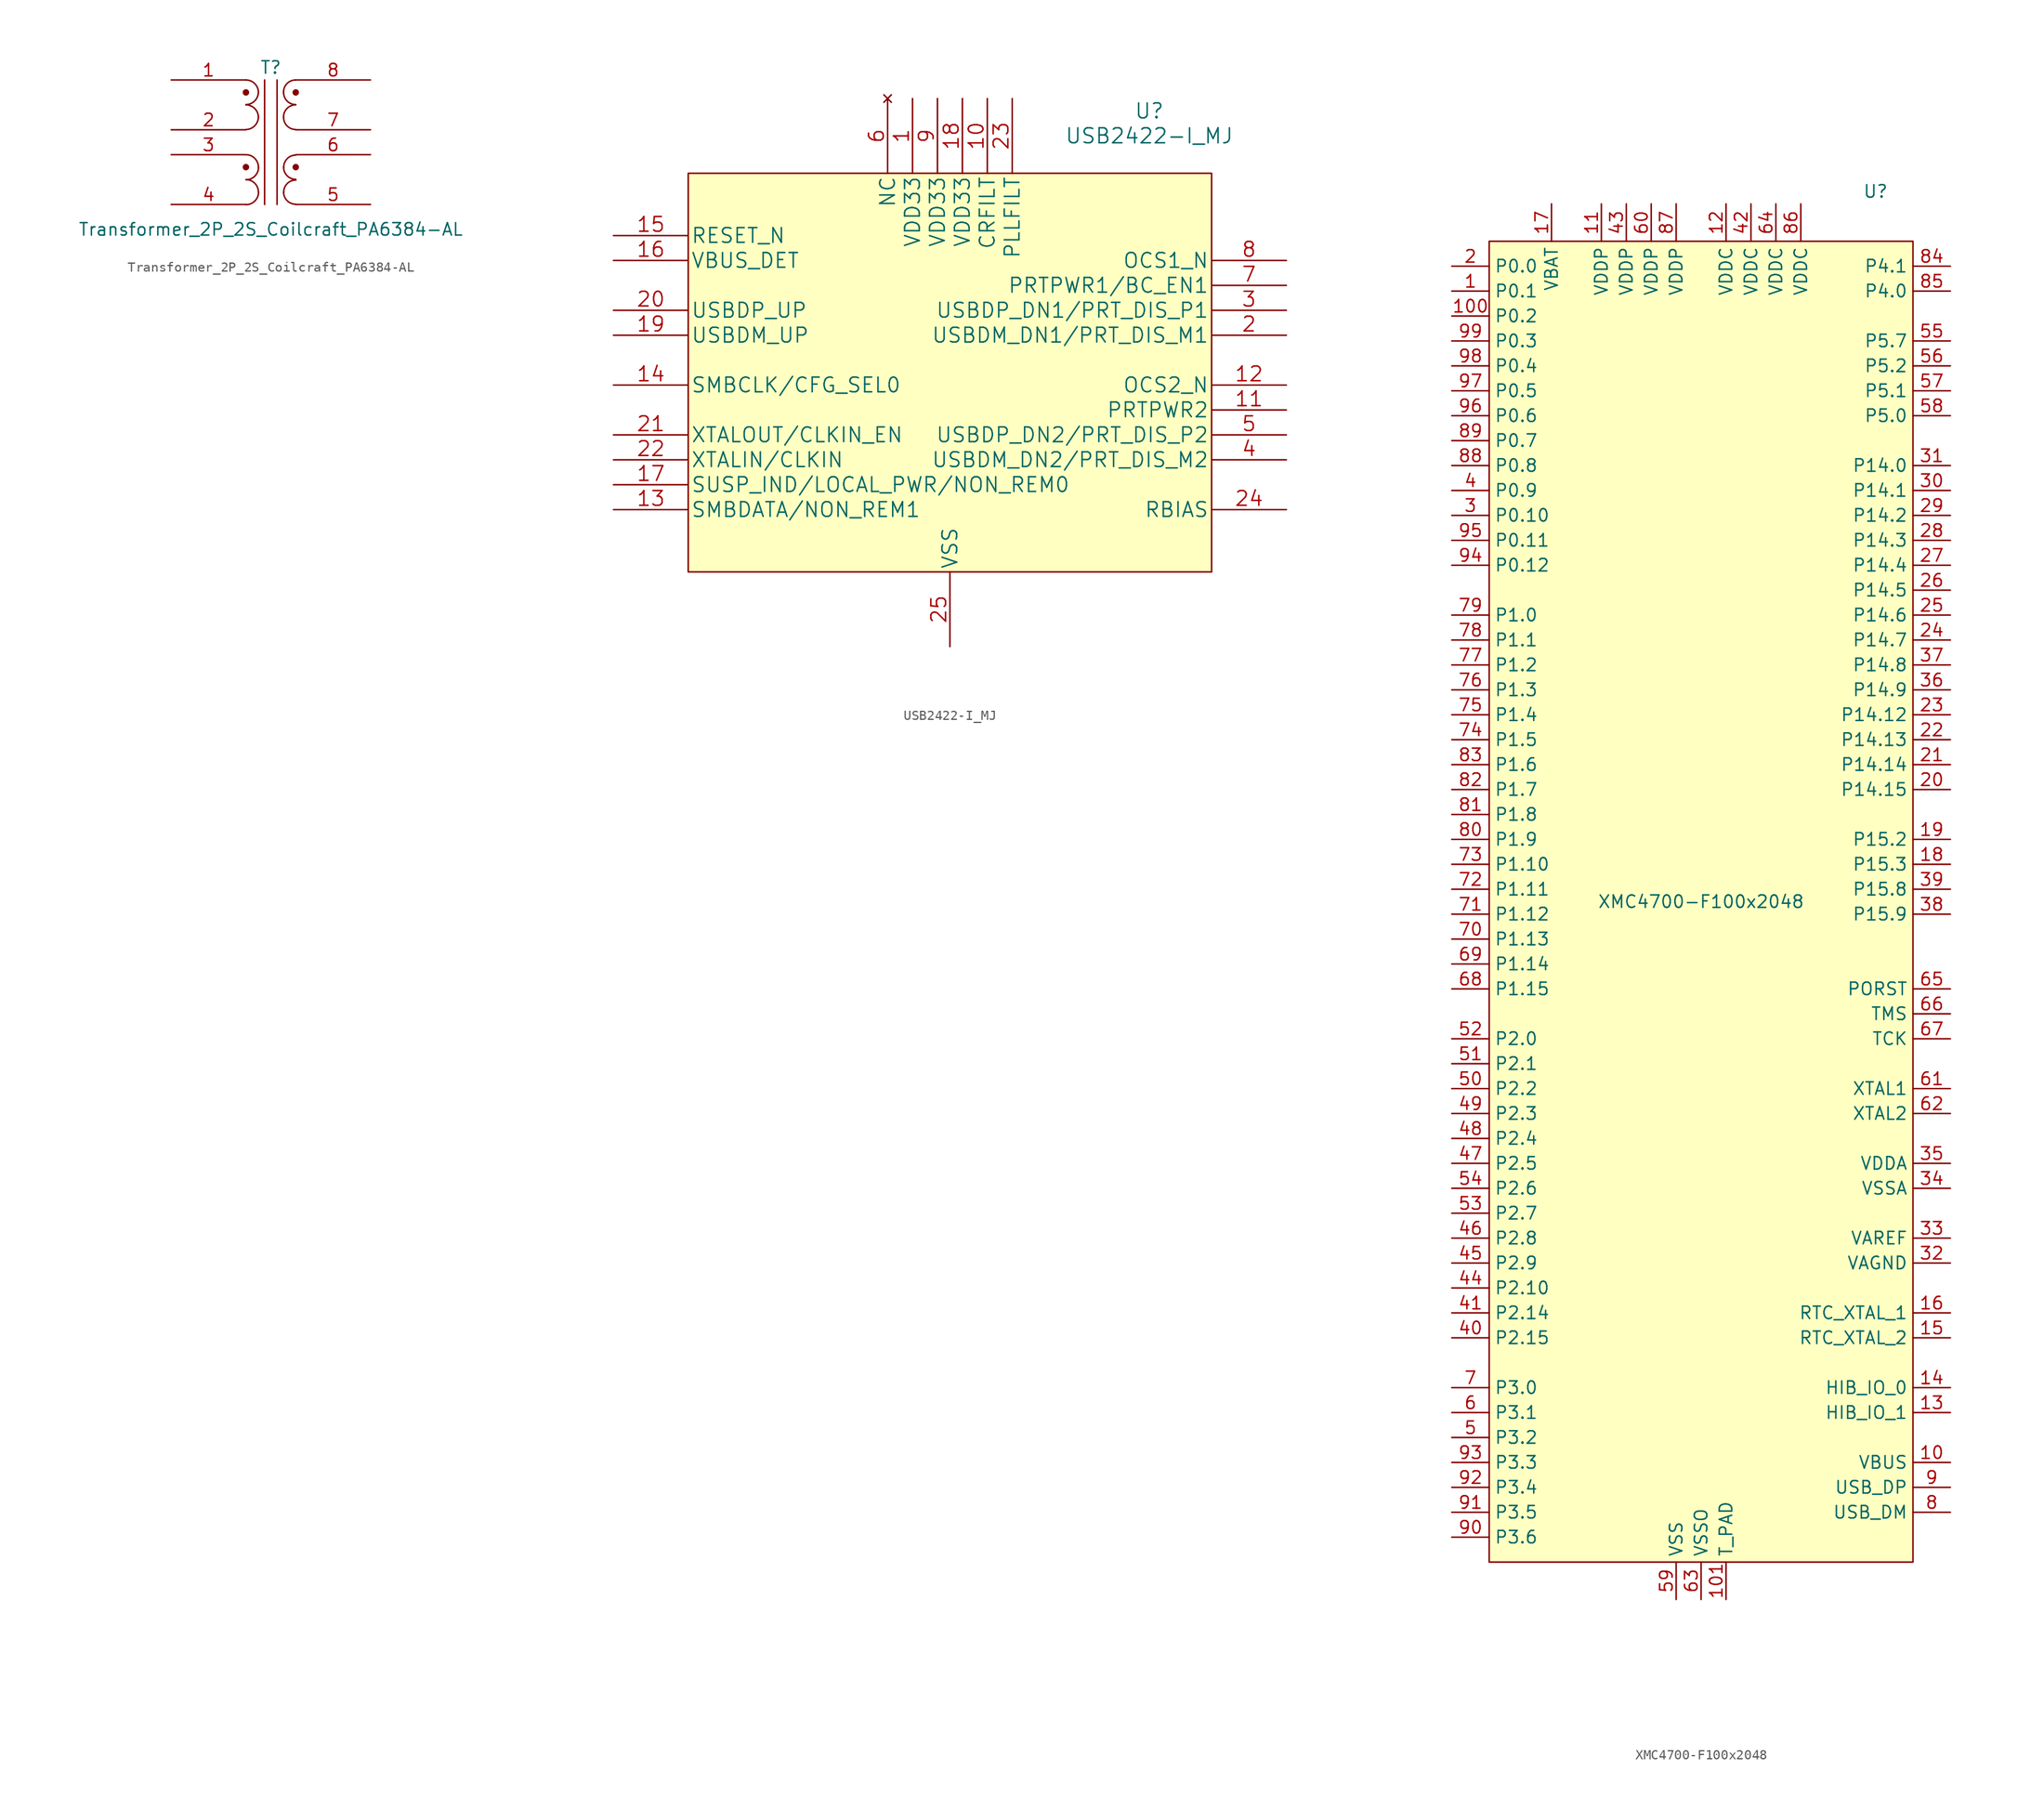
<source format=kicad_sym>
(kicad_symbol_lib
  (version 20241209)
  (generator "kicad_symbol_editor")
  (generator_version "9.0")
  (symbol "Transformer_2P_2S_Coilcraft_PA6384-AL"
    (pin_names
      (offset 1.016)
      (hide yes))
    (property "Reference" "T"
      (at 0 6.35 0)
      (effects (font (size 1.27 1.27))))
    (property "Value" "Transformer_2P_2S_Coilcraft_PA6384-AL"
      (at 0 -10.16 0)
      (effects (font (size 1.27 1.27))))
    (symbol "Transformer_2P_2S_Coilcraft_PA6384-AL_0_1"
      (arc (start -1.27 3.81) (mid -1.656 2.9336) (end -2.54 2.5654) (stroke (width 0) (type default)) (fill (type none)))
      (arc (start -1.27 1.27) (mid -1.656 0.3936) (end -2.54 0.0254) (stroke (width 0) (type default)) (fill (type none)))
      (arc (start -1.2517 -3.8543) (mid -1.6378 -4.7306) (end -2.5217 -5.0989) (stroke (width 0) (type default)) (fill (type none)))
      (arc (start -1.2517 -6.3943) (mid -1.6378 -7.2706) (end -2.5217 -7.6389) (stroke (width 0) (type default)) (fill (type none)))
      (arc (start -2.54 5.08) (mid -1.642 4.708) (end -1.27 3.81) (stroke (width 0) (type default)) (fill (type none)))
      (arc (start -2.54 2.54) (mid -1.642 2.168) (end -1.27 1.27) (stroke (width 0) (type default)) (fill (type none)))
      (circle (center -2.54 3.81) (radius 0.254) (stroke (width 0) (type default)) (fill (type outline)))
      (arc (start -2.5399 -2.5399) (mid -1.6419 -2.9119) (end -1.2699 -3.8099) (stroke (width 0) (type default)) (fill (type none)))
      (circle (center -2.54 -3.81) (radius 0.254) (stroke (width 0) (type default)) (fill (type outline)))
      (arc (start -2.5399 -5.0799) (mid -1.6419 -5.4519) (end -1.2699 -6.3499) (stroke (width 0) (type default)) (fill (type none)))
      (polyline (pts (xy -0.635 5.08) (xy -0.635 -7.62)) (stroke (width 0) (type default)) (fill (type none)))
      (polyline (pts (xy 0.635 -7.62) (xy 0.635 5.08)) (stroke (width 0) (type default)) (fill (type none)))
      (arc (start 1.2954 3.81) (mid 1.6457 4.7117) (end 2.54 5.08) (stroke (width 0) (type default)) (fill (type none)))
      (arc (start 1.2954 1.27) (mid 1.6457 2.1717) (end 2.54 2.54) (stroke (width 0) (type default)) (fill (type none)))
      (circle (center 2.54 3.81) (radius 0.254) (stroke (width 0) (type default)) (fill (type outline)))
      (arc (start 2.54 2.5654) (mid 1.6599 2.9299) (end 1.2954 3.81) (stroke (width 0) (type default)) (fill (type none)))
      (arc (start 2.54 0.0254) (mid 1.6599 0.3899) (end 1.2954 1.27) (stroke (width 0) (type default)) (fill (type none)))
      (arc (start 1.3124 -3.852) (mid 1.6627 -2.9503) (end 2.557 -2.582) (stroke (width 0) (type default)) (fill (type none)))
      (circle (center 2.54 -3.81) (radius 0.254) (stroke (width 0) (type default)) (fill (type outline)))
      (arc (start 2.54 -5.0546) (mid 1.6599 -4.6901) (end 1.2954 -3.81) (stroke (width 0) (type default)) (fill (type none)))
      (arc (start 1.3128 -6.392) (mid 1.6631 -5.4905) (end 2.5574 -5.122) (stroke (width 0) (type default)) (fill (type none)))
      (arc (start 2.5404 -7.5946) (mid 1.6605 -7.2299) (end 1.2958 -6.35) (stroke (width 0) (type default)) (fill (type none))))
    (symbol "Transformer_2P_2S_Coilcraft_PA6384-AL_1_1"
      (pin passive line (at -10.16 5.08 0) (length 7.62) (name "PR1" (effects (font (size 1.27 1.27)))) (number "1" (effects (font (size 1.27 1.27)))))
      (pin passive line (at -10.16 0 0) (length 7.62) (name "PR1" (effects (font (size 1.27 1.27)))) (number "2" (effects (font (size 1.27 1.27)))))
      (pin passive line (at -10.16 -2.54 0) (length 7.62) (name "PR2" (effects (font (size 1.27 1.27)))) (number "3" (effects (font (size 1.27 1.27)))))
      (pin passive line (at -10.16 -7.62 0) (length 7.62) (name "PR2" (effects (font (size 1.27 1.27)))) (number "4" (effects (font (size 1.27 1.27)))))
      (pin passive line (at 10.16 5.08 180) (length 7.62) (name "S1" (effects (font (size 1.27 1.27)))) (number "8" (effects (font (size 1.27 1.27)))))
      (pin passive line (at 10.16 0 180) (length 7.62) (name "S1" (effects (font (size 1.27 1.27)))) (number "7" (effects (font (size 1.27 1.27)))))
      (pin passive line (at 10.16 -2.54 180) (length 7.62) (name "S2" (effects (font (size 1.27 1.27)))) (number "6" (effects (font (size 1.27 1.27)))))
      (pin passive line (at 10.16 -7.62 180) (length 7.62) (name "S2" (effects (font (size 1.27 1.27)))) (number "5" (effects (font (size 1.27 1.27)))))))
  (symbol "USB2422-I_MJ"
    (pin_names
      (offset 0.254))
    (property "Reference" "U"
      (at 20.32 26.67 0)
      (effects (font (size 1.524 1.524))))
    (property "Value" "USB2422-I_MJ"
      (at 20.32 24.13 0)
      (effects (font (size 1.524 1.524))))
    (symbol "USB2422-I_MJ_1_1"
      (rectangle (start -26.67 20.32) (end 26.67 -20.32) (stroke (width 0) (type default)) (fill (type background)))
      (pin input line (at -34.29 13.97 0) (length 7.62) (name "RESET_N" (effects (font (size 1.499 1.499)))) (number "15" (effects (font (size 1.499 1.499)))))
      (pin input line (at -34.29 11.43 0) (length 7.62) (name "VBUS_DET" (effects (font (size 1.499 1.499)))) (number "16" (effects (font (size 1.499 1.499)))))
      (pin bidirectional line (at -34.29 6.35 0) (length 7.62) (name "USBDP_UP" (effects (font (size 1.499 1.499)))) (number "20" (effects (font (size 1.499 1.499)))))
      (pin bidirectional line (at -34.29 3.81 0) (length 7.62) (name "USBDM_UP" (effects (font (size 1.499 1.499)))) (number "19" (effects (font (size 1.499 1.499)))))
      (pin bidirectional line (at -34.29 -1.27 0) (length 7.62) (name "SMBCLK/CFG_SEL0" (effects (font (size 1.499 1.499)))) (number "14" (effects (font (size 1.499 1.499)))))
      (pin output line (at -34.29 -6.35 0) (length 7.62) (name "XTALOUT/CLKIN_EN" (effects (font (size 1.499 1.499)))) (number "21" (effects (font (size 1.499 1.499)))))
      (pin input line (at -34.29 -8.89 0) (length 7.62) (name "XTALIN/CLKIN" (effects (font (size 1.499 1.499)))) (number "22" (effects (font (size 1.499 1.499)))))
      (pin bidirectional line (at -34.29 -11.43 0) (length 7.62) (name "SUSP_IND/LOCAL_PWR/NON_REM0" (effects (font (size 1.499 1.499)))) (number "17" (effects (font (size 1.499 1.499)))))
      (pin bidirectional line (at -34.29 -13.97 0) (length 7.62) (name "SMBDATA/NON_REM1" (effects (font (size 1.499 1.499)))) (number "13" (effects (font (size 1.499 1.499)))))
      (pin no_connect line (at -6.35 27.94 270) (length 7.62) (name "NC" (effects (font (size 1.499 1.499)))) (number "6" (effects (font (size 1.499 1.499)))))
      (pin power_in line (at -3.81 27.94 270) (length 7.62) (name "VDD33" (effects (font (size 1.499 1.499)))) (number "1" (effects (font (size 1.499 1.499)))))
      (pin power_in line (at -1.27 27.94 270) (length 7.62) (name "VDD33" (effects (font (size 1.499 1.499)))) (number "9" (effects (font (size 1.499 1.499)))))
      (pin power_in line (at 0 -27.94 90) (length 7.62) (name "VSS" (effects (font (size 1.499 1.499)))) (number "25" (effects (font (size 1.499 1.499)))))
      (pin power_in line (at 1.27 27.94 270) (length 7.62) (name "VDD33" (effects (font (size 1.499 1.499)))) (number "18" (effects (font (size 1.499 1.499)))))
      (pin power_in line (at 3.81 27.94 270) (length 7.62) (name "CRFILT" (effects (font (size 1.499 1.499)))) (number "10" (effects (font (size 1.499 1.499)))))
      (pin power_in line (at 6.35 27.94 270) (length 7.62) (name "PLLFILT" (effects (font (size 1.499 1.499)))) (number "23" (effects (font (size 1.499 1.499)))))
      (pin input line (at 34.29 11.43 180) (length 7.62) (name "OCS1_N" (effects (font (size 1.499 1.499)))) (number "8" (effects (font (size 1.499 1.499)))))
      (pin bidirectional line (at 34.29 8.89 180) (length 7.62) (name "PRTPWR1/BC_EN1" (effects (font (size 1.499 1.499)))) (number "7" (effects (font (size 1.499 1.499)))))
      (pin bidirectional line (at 34.29 6.35 180) (length 7.62) (name "USBDP_DN1/PRT_DIS_P1" (effects (font (size 1.499 1.499)))) (number "3" (effects (font (size 1.499 1.499)))))
      (pin bidirectional line (at 34.29 3.81 180) (length 7.62) (name "USBDM_DN1/PRT_DIS_M1" (effects (font (size 1.499 1.499)))) (number "2" (effects (font (size 1.499 1.499)))))
      (pin input line (at 34.29 -1.27 180) (length 7.62) (name "OCS2_N" (effects (font (size 1.499 1.499)))) (number "12" (effects (font (size 1.499 1.499)))))
      (pin output line (at 34.29 -3.81 180) (length 7.62) (name "PRTPWR2" (effects (font (size 1.499 1.499)))) (number "11" (effects (font (size 1.499 1.499)))))
      (pin bidirectional line (at 34.29 -6.35 180) (length 7.62) (name "USBDP_DN2/PRT_DIS_P2" (effects (font (size 1.499 1.499)))) (number "5" (effects (font (size 1.499 1.499)))))
      (pin bidirectional line (at 34.29 -8.89 180) (length 7.62) (name "USBDM_DN2/PRT_DIS_M2" (effects (font (size 1.499 1.499)))) (number "4" (effects (font (size 1.499 1.499)))))
      (pin input line (at 34.29 -13.97 180) (length 7.62) (name "RBIAS" (effects (font (size 1.499 1.499)))) (number "24" (effects (font (size 1.499 1.499)))))))
  (symbol "XMC4700-F100x2048"
    (property "Reference" "U"
      (at 17.78 72.39 0)
      (effects (font (size 1.27 1.27))))
    (property "Value" "XMC4700-F100x2048"
      (at 0 0 0)
      (effects (font (size 1.27 1.27))))
    (symbol "XMC4700-F100x2048_0_1"
      (rectangle (start -21.59 67.31) (end 21.59 -67.31) (stroke (width 0) (type default)) (fill (type background))))
    (symbol "XMC4700-F100x2048_1_1"
      (pin bidirectional line (at -25.4 64.77 0) (length 3.81) (name "P0.0" (effects (font (size 1.27 1.27)))) (number "2" (effects (font (size 1.27 1.27)))))
      (pin bidirectional line (at -25.4 62.23 0) (length 3.81) (name "P0.1" (effects (font (size 1.27 1.27)))) (number "1" (effects (font (size 1.27 1.27)))))
      (pin bidirectional line (at -25.4 59.69 0) (length 3.81) (name "P0.2" (effects (font (size 1.27 1.27)))) (number "100" (effects (font (size 1.27 1.27)))))
      (pin bidirectional line (at -25.4 57.15 0) (length 3.81) (name "P0.3" (effects (font (size 1.27 1.27)))) (number "99" (effects (font (size 1.27 1.27)))))
      (pin bidirectional line (at -25.4 54.61 0) (length 3.81) (name "P0.4" (effects (font (size 1.27 1.27)))) (number "98" (effects (font (size 1.27 1.27)))))
      (pin bidirectional line (at -25.4 52.07 0) (length 3.81) (name "P0.5" (effects (font (size 1.27 1.27)))) (number "97" (effects (font (size 1.27 1.27)))))
      (pin bidirectional line (at -25.4 49.53 0) (length 3.81) (name "P0.6" (effects (font (size 1.27 1.27)))) (number "96" (effects (font (size 1.27 1.27)))))
      (pin bidirectional line (at -25.4 46.99 0) (length 3.81) (name "P0.7" (effects (font (size 1.27 1.27)))) (number "89" (effects (font (size 1.27 1.27)))))
      (pin bidirectional line (at -25.4 44.45 0) (length 3.81) (name "P0.8" (effects (font (size 1.27 1.27)))) (number "88" (effects (font (size 1.27 1.27)))))
      (pin bidirectional line (at -25.4 41.91 0) (length 3.81) (name "P0.9" (effects (font (size 1.27 1.27)))) (number "4" (effects (font (size 1.27 1.27)))))
      (pin bidirectional line (at -25.4 39.37 0) (length 3.81) (name "P0.10" (effects (font (size 1.27 1.27)))) (number "3" (effects (font (size 1.27 1.27)))))
      (pin bidirectional line (at -25.4 36.83 0) (length 3.81) (name "P0.11" (effects (font (size 1.27 1.27)))) (number "95" (effects (font (size 1.27 1.27)))))
      (pin bidirectional line (at -25.4 34.29 0) (length 3.81) (name "P0.12" (effects (font (size 1.27 1.27)))) (number "94" (effects (font (size 1.27 1.27)))))
      (pin bidirectional line (at -25.4 29.21 0) (length 3.81) (name "P1.0" (effects (font (size 1.27 1.27)))) (number "79" (effects (font (size 1.27 1.27)))))
      (pin bidirectional line (at -25.4 26.67 0) (length 3.81) (name "P1.1" (effects (font (size 1.27 1.27)))) (number "78" (effects (font (size 1.27 1.27)))))
      (pin bidirectional line (at -25.4 24.13 0) (length 3.81) (name "P1.2" (effects (font (size 1.27 1.27)))) (number "77" (effects (font (size 1.27 1.27)))))
      (pin bidirectional line (at -25.4 21.59 0) (length 3.81) (name "P1.3" (effects (font (size 1.27 1.27)))) (number "76" (effects (font (size 1.27 1.27)))))
      (pin bidirectional line (at -25.4 19.05 0) (length 3.81) (name "P1.4" (effects (font (size 1.27 1.27)))) (number "75" (effects (font (size 1.27 1.27)))))
      (pin bidirectional line (at -25.4 16.51 0) (length 3.81) (name "P1.5" (effects (font (size 1.27 1.27)))) (number "74" (effects (font (size 1.27 1.27)))))
      (pin bidirectional line (at -25.4 13.97 0) (length 3.81) (name "P1.6" (effects (font (size 1.27 1.27)))) (number "83" (effects (font (size 1.27 1.27)))))
      (pin bidirectional line (at -25.4 11.43 0) (length 3.81) (name "P1.7" (effects (font (size 1.27 1.27)))) (number "82" (effects (font (size 1.27 1.27)))))
      (pin bidirectional line (at -25.4 8.89 0) (length 3.81) (name "P1.8" (effects (font (size 1.27 1.27)))) (number "81" (effects (font (size 1.27 1.27)))))
      (pin bidirectional line (at -25.4 6.35 0) (length 3.81) (name "P1.9" (effects (font (size 1.27 1.27)))) (number "80" (effects (font (size 1.27 1.27)))))
      (pin bidirectional line (at -25.4 3.81 0) (length 3.81) (name "P1.10" (effects (font (size 1.27 1.27)))) (number "73" (effects (font (size 1.27 1.27)))))
      (pin bidirectional line (at -25.4 1.27 0) (length 3.81) (name "P1.11" (effects (font (size 1.27 1.27)))) (number "72" (effects (font (size 1.27 1.27)))))
      (pin bidirectional line (at -25.4 -1.27 0) (length 3.81) (name "P1.12" (effects (font (size 1.27 1.27)))) (number "71" (effects (font (size 1.27 1.27)))))
      (pin bidirectional line (at -25.4 -3.81 0) (length 3.81) (name "P1.13" (effects (font (size 1.27 1.27)))) (number "70" (effects (font (size 1.27 1.27)))))
      (pin bidirectional line (at -25.4 -6.35 0) (length 3.81) (name "P1.14" (effects (font (size 1.27 1.27)))) (number "69" (effects (font (size 1.27 1.27)))))
      (pin bidirectional line (at -25.4 -8.89 0) (length 3.81) (name "P1.15" (effects (font (size 1.27 1.27)))) (number "68" (effects (font (size 1.27 1.27)))))
      (pin bidirectional line (at -25.4 -13.97 0) (length 3.81) (name "P2.0" (effects (font (size 1.27 1.27)))) (number "52" (effects (font (size 1.27 1.27)))))
      (pin bidirectional line (at -25.4 -16.51 0) (length 3.81) (name "P2.1" (effects (font (size 1.27 1.27)))) (number "51" (effects (font (size 1.27 1.27)))))
      (pin bidirectional line (at -25.4 -19.05 0) (length 3.81) (name "P2.2" (effects (font (size 1.27 1.27)))) (number "50" (effects (font (size 1.27 1.27)))))
      (pin bidirectional line (at -25.4 -21.59 0) (length 3.81) (name "P2.3" (effects (font (size 1.27 1.27)))) (number "49" (effects (font (size 1.27 1.27)))))
      (pin bidirectional line (at -25.4 -24.13 0) (length 3.81) (name "P2.4" (effects (font (size 1.27 1.27)))) (number "48" (effects (font (size 1.27 1.27)))))
      (pin bidirectional line (at -25.4 -26.67 0) (length 3.81) (name "P2.5" (effects (font (size 1.27 1.27)))) (number "47" (effects (font (size 1.27 1.27)))))
      (pin bidirectional line (at -25.4 -29.21 0) (length 3.81) (name "P2.6" (effects (font (size 1.27 1.27)))) (number "54" (effects (font (size 1.27 1.27)))))
      (pin bidirectional line (at -25.4 -31.75 0) (length 3.81) (name "P2.7" (effects (font (size 1.27 1.27)))) (number "53" (effects (font (size 1.27 1.27)))))
      (pin bidirectional line (at -25.4 -34.29 0) (length 3.81) (name "P2.8" (effects (font (size 1.27 1.27)))) (number "46" (effects (font (size 1.27 1.27)))))
      (pin bidirectional line (at -25.4 -36.83 0) (length 3.81) (name "P2.9" (effects (font (size 1.27 1.27)))) (number "45" (effects (font (size 1.27 1.27)))))
      (pin bidirectional line (at -25.4 -39.37 0) (length 3.81) (name "P2.10" (effects (font (size 1.27 1.27)))) (number "44" (effects (font (size 1.27 1.27)))))
      (pin bidirectional line (at -25.4 -41.91 0) (length 3.81) (name "P2.14" (effects (font (size 1.27 1.27)))) (number "41" (effects (font (size 1.27 1.27)))))
      (pin bidirectional line (at -25.4 -44.45 0) (length 3.81) (name "P2.15" (effects (font (size 1.27 1.27)))) (number "40" (effects (font (size 1.27 1.27)))))
      (pin bidirectional line (at -25.4 -49.53 0) (length 3.81) (name "P3.0" (effects (font (size 1.27 1.27)))) (number "7" (effects (font (size 1.27 1.27)))))
      (pin bidirectional line (at -25.4 -52.07 0) (length 3.81) (name "P3.1" (effects (font (size 1.27 1.27)))) (number "6" (effects (font (size 1.27 1.27)))))
      (pin bidirectional line (at -25.4 -54.61 0) (length 3.81) (name "P3.2" (effects (font (size 1.27 1.27)))) (number "5" (effects (font (size 1.27 1.27)))))
      (pin bidirectional line (at -25.4 -57.15 0) (length 3.81) (name "P3.3" (effects (font (size 1.27 1.27)))) (number "93" (effects (font (size 1.27 1.27)))))
      (pin bidirectional line (at -25.4 -59.69 0) (length 3.81) (name "P3.4" (effects (font (size 1.27 1.27)))) (number "92" (effects (font (size 1.27 1.27)))))
      (pin bidirectional line (at -25.4 -62.23 0) (length 3.81) (name "P3.5" (effects (font (size 1.27 1.27)))) (number "91" (effects (font (size 1.27 1.27)))))
      (pin bidirectional line (at -25.4 -64.77 0) (length 3.81) (name "P3.6" (effects (font (size 1.27 1.27)))) (number "90" (effects (font (size 1.27 1.27)))))
      (pin power_in line (at -15.24 71.12 270) (length 3.81) (name "VBAT" (effects (font (size 1.27 1.27)))) (number "17" (effects (font (size 1.27 1.27)))))
      (pin power_in line (at -10.16 71.12 270) (length 3.81) (name "VDDP" (effects (font (size 1.27 1.27)))) (number "11" (effects (font (size 1.27 1.27)))))
      (pin power_in line (at -7.62 71.12 270) (length 3.81) (name "VDDP" (effects (font (size 1.27 1.27)))) (number "43" (effects (font (size 1.27 1.27)))))
      (pin power_in line (at -5.08 71.12 270) (length 3.81) (name "VDDP" (effects (font (size 1.27 1.27)))) (number "60" (effects (font (size 1.27 1.27)))))
      (pin power_in line (at -2.54 71.12 270) (length 3.81) (name "VDDP" (effects (font (size 1.27 1.27)))) (number "87" (effects (font (size 1.27 1.27)))))
      (pin power_in line (at -2.54 -71.12 90) (length 3.81) (name "VSS" (effects (font (size 1.27 1.27)))) (number "59" (effects (font (size 1.27 1.27)))))
      (pin power_in line (at 0 -71.12 90) (length 3.81) (name "VSSO" (effects (font (size 1.27 1.27)))) (number "63" (effects (font (size 1.27 1.27)))))
      (pin output line (at 2.54 71.12 270) (length 3.81) (name "VDDC" (effects (font (size 1.27 1.27)))) (number "12" (effects (font (size 1.27 1.27)))))
      (pin power_in line (at 2.54 -71.12 90) (length 3.81) (name "T_PAD" (effects (font (size 1.27 1.27)))) (number "101" (effects (font (size 1.27 1.27)))))
      (pin output line (at 5.08 71.12 270) (length 3.81) (name "VDDC" (effects (font (size 1.27 1.27)))) (number "42" (effects (font (size 1.27 1.27)))))
      (pin output line (at 7.62 71.12 270) (length 3.81) (name "VDDC" (effects (font (size 1.27 1.27)))) (number "64" (effects (font (size 1.27 1.27)))))
      (pin output line (at 10.16 71.12 270) (length 3.81) (name "VDDC" (effects (font (size 1.27 1.27)))) (number "86" (effects (font (size 1.27 1.27)))))
      (pin bidirectional line (at 25.4 64.77 180) (length 3.81) (name "P4.1" (effects (font (size 1.27 1.27)))) (number "84" (effects (font (size 1.27 1.27)))))
      (pin bidirectional line (at 25.4 62.23 180) (length 3.81) (name "P4.0" (effects (font (size 1.27 1.27)))) (number "85" (effects (font (size 1.27 1.27)))))
      (pin bidirectional line (at 25.4 57.15 180) (length 3.81) (name "P5.7" (effects (font (size 1.27 1.27)))) (number "55" (effects (font (size 1.27 1.27)))))
      (pin bidirectional line (at 25.4 54.61 180) (length 3.81) (name "P5.2" (effects (font (size 1.27 1.27)))) (number "56" (effects (font (size 1.27 1.27)))))
      (pin bidirectional line (at 25.4 52.07 180) (length 3.81) (name "P5.1" (effects (font (size 1.27 1.27)))) (number "57" (effects (font (size 1.27 1.27)))))
      (pin bidirectional line (at 25.4 49.53 180) (length 3.81) (name "P5.0" (effects (font (size 1.27 1.27)))) (number "58" (effects (font (size 1.27 1.27)))))
      (pin bidirectional line (at 25.4 44.45 180) (length 3.81) (name "P14.0" (effects (font (size 1.27 1.27)))) (number "31" (effects (font (size 1.27 1.27)))))
      (pin bidirectional line (at 25.4 41.91 180) (length 3.81) (name "P14.1" (effects (font (size 1.27 1.27)))) (number "30" (effects (font (size 1.27 1.27)))))
      (pin bidirectional line (at 25.4 39.37 180) (length 3.81) (name "P14.2" (effects (font (size 1.27 1.27)))) (number "29" (effects (font (size 1.27 1.27)))))
      (pin bidirectional line (at 25.4 36.83 180) (length 3.81) (name "P14.3" (effects (font (size 1.27 1.27)))) (number "28" (effects (font (size 1.27 1.27)))))
      (pin bidirectional line (at 25.4 34.29 180) (length 3.81) (name "P14.4" (effects (font (size 1.27 1.27)))) (number "27" (effects (font (size 1.27 1.27)))))
      (pin bidirectional line (at 25.4 31.75 180) (length 3.81) (name "P14.5" (effects (font (size 1.27 1.27)))) (number "26" (effects (font (size 1.27 1.27)))))
      (pin bidirectional line (at 25.4 29.21 180) (length 3.81) (name "P14.6" (effects (font (size 1.27 1.27)))) (number "25" (effects (font (size 1.27 1.27)))))
      (pin bidirectional line (at 25.4 26.67 180) (length 3.81) (name "P14.7" (effects (font (size 1.27 1.27)))) (number "24" (effects (font (size 1.27 1.27)))))
      (pin bidirectional line (at 25.4 24.13 180) (length 3.81) (name "P14.8" (effects (font (size 1.27 1.27)))) (number "37" (effects (font (size 1.27 1.27)))))
      (pin bidirectional line (at 25.4 21.59 180) (length 3.81) (name "P14.9" (effects (font (size 1.27 1.27)))) (number "36" (effects (font (size 1.27 1.27)))))
      (pin bidirectional line (at 25.4 19.05 180) (length 3.81) (name "P14.12" (effects (font (size 1.27 1.27)))) (number "23" (effects (font (size 1.27 1.27)))))
      (pin bidirectional line (at 25.4 16.51 180) (length 3.81) (name "P14.13" (effects (font (size 1.27 1.27)))) (number "22" (effects (font (size 1.27 1.27)))))
      (pin bidirectional line (at 25.4 13.97 180) (length 3.81) (name "P14.14" (effects (font (size 1.27 1.27)))) (number "21" (effects (font (size 1.27 1.27)))))
      (pin bidirectional line (at 25.4 11.43 180) (length 3.81) (name "P14.15" (effects (font (size 1.27 1.27)))) (number "20" (effects (font (size 1.27 1.27)))))
      (pin bidirectional line (at 25.4 6.35 180) (length 3.81) (name "P15.2" (effects (font (size 1.27 1.27)))) (number "19" (effects (font (size 1.27 1.27)))))
      (pin bidirectional line (at 25.4 3.81 180) (length 3.81) (name "P15.3" (effects (font (size 1.27 1.27)))) (number "18" (effects (font (size 1.27 1.27)))))
      (pin bidirectional line (at 25.4 1.27 180) (length 3.81) (name "P15.8" (effects (font (size 1.27 1.27)))) (number "39" (effects (font (size 1.27 1.27)))))
      (pin bidirectional line (at 25.4 -1.27 180) (length 3.81) (name "P15.9" (effects (font (size 1.27 1.27)))) (number "38" (effects (font (size 1.27 1.27)))))
      (pin input line (at 25.4 -8.89 180) (length 3.81) (name "PORST" (effects (font (size 1.27 1.27)))) (number "65" (effects (font (size 1.27 1.27)))))
      (pin input line (at 25.4 -11.43 180) (length 3.81) (name "TMS" (effects (font (size 1.27 1.27)))) (number "66" (effects (font (size 1.27 1.27)))))
      (pin input line (at 25.4 -13.97 180) (length 3.81) (name "TCK" (effects (font (size 1.27 1.27)))) (number "67" (effects (font (size 1.27 1.27)))))
      (pin bidirectional line (at 25.4 -19.05 180) (length 3.81) (name "XTAL1" (effects (font (size 1.27 1.27)))) (number "61" (effects (font (size 1.27 1.27)))))
      (pin bidirectional line (at 25.4 -21.59 180) (length 3.81) (name "XTAL2" (effects (font (size 1.27 1.27)))) (number "62" (effects (font (size 1.27 1.27)))))
      (pin power_in line (at 25.4 -26.67 180) (length 3.81) (name "VDDA" (effects (font (size 1.27 1.27)))) (number "35" (effects (font (size 1.27 1.27)))))
      (pin power_in line (at 25.4 -29.21 180) (length 3.81) (name "VSSA" (effects (font (size 1.27 1.27)))) (number "34" (effects (font (size 1.27 1.27)))))
      (pin input line (at 25.4 -34.29 180) (length 3.81) (name "VAREF" (effects (font (size 1.27 1.27)))) (number "33" (effects (font (size 1.27 1.27)))))
      (pin input line (at 25.4 -36.83 180) (length 3.81) (name "VAGND" (effects (font (size 1.27 1.27)))) (number "32" (effects (font (size 1.27 1.27)))))
      (pin bidirectional line (at 25.4 -41.91 180) (length 3.81) (name "RTC_XTAL_1" (effects (font (size 1.27 1.27)))) (number "16" (effects (font (size 1.27 1.27)))))
      (pin bidirectional line (at 25.4 -44.45 180) (length 3.81) (name "RTC_XTAL_2" (effects (font (size 1.27 1.27)))) (number "15" (effects (font (size 1.27 1.27)))))
      (pin bidirectional line (at 25.4 -49.53 180) (length 3.81) (name "HIB_IO_0" (effects (font (size 1.27 1.27)))) (number "14" (effects (font (size 1.27 1.27)))))
      (pin bidirectional line (at 25.4 -52.07 180) (length 3.81) (name "HIB_IO_1" (effects (font (size 1.27 1.27)))) (number "13" (effects (font (size 1.27 1.27)))))
      (pin bidirectional line (at 25.4 -57.15 180) (length 3.81) (name "VBUS" (effects (font (size 1.27 1.27)))) (number "10" (effects (font (size 1.27 1.27)))))
      (pin bidirectional line (at 25.4 -59.69 180) (length 3.81) (name "USB_DP" (effects (font (size 1.27 1.27)))) (number "9" (effects (font (size 1.27 1.27)))))
      (pin bidirectional line (at 25.4 -62.23 180) (length 3.81) (name "USB_DM" (effects (font (size 1.27 1.27)))) (number "8" (effects (font (size 1.27 1.27))))))))
</source>
